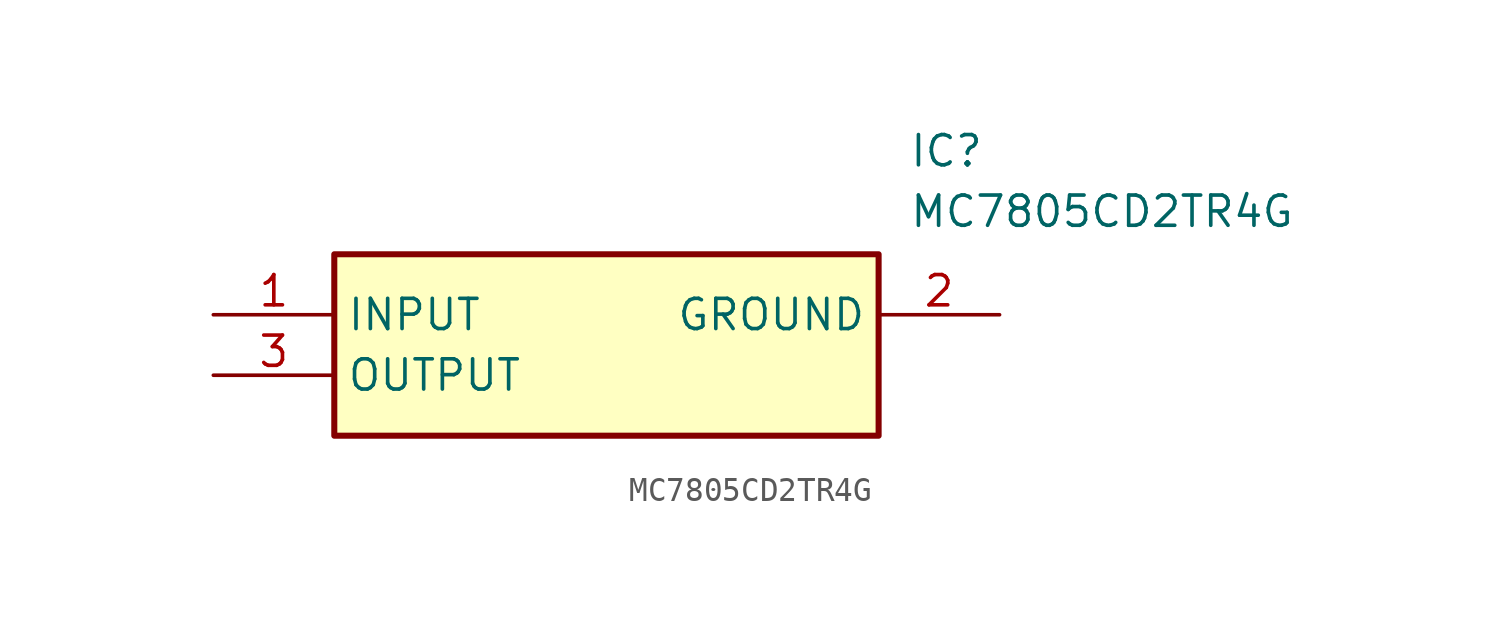
<source format=kicad_sym>
(kicad_symbol_lib
  (version 20211014)
  (generator SamacSys_ECAD_Model)
  (symbol "MC7805CD2TR4G"
    (property "Reference" "IC"
      (at 29.21 7.62 0)
      (effects (font (size 1.27 1.27)) (justify left top)))
    (property "Value" "MC7805CD2TR4G"
      (at 29.21 5.08 0)
      (effects (font (size 1.27 1.27)) (justify left top)))
    (rectangle
      (start 5.08 2.54)
      (end 27.94 -5.08)
      (stroke (width 0.254) (type default))
      (fill (type background)))
    (pin passive line
      (at 0 0 0)
      (length 5.08)
      (name "INPUT" (effects (font (size 1.27 1.27))))
      (number "1" (effects (font (size 1.27 1.27)))))
    (pin passive line
      (at 33.02 0 180)
      (length 5.08)
      (name "GROUND" (effects (font (size 1.27 1.27))))
      (number "2" (effects (font (size 1.27 1.27)))))
    (pin passive line
      (at 0 -2.54 0)
      (length 5.08)
      (name "OUTPUT" (effects (font (size 1.27 1.27))))
      (number "3" (effects (font (size 1.27 1.27)))))))
</source>
